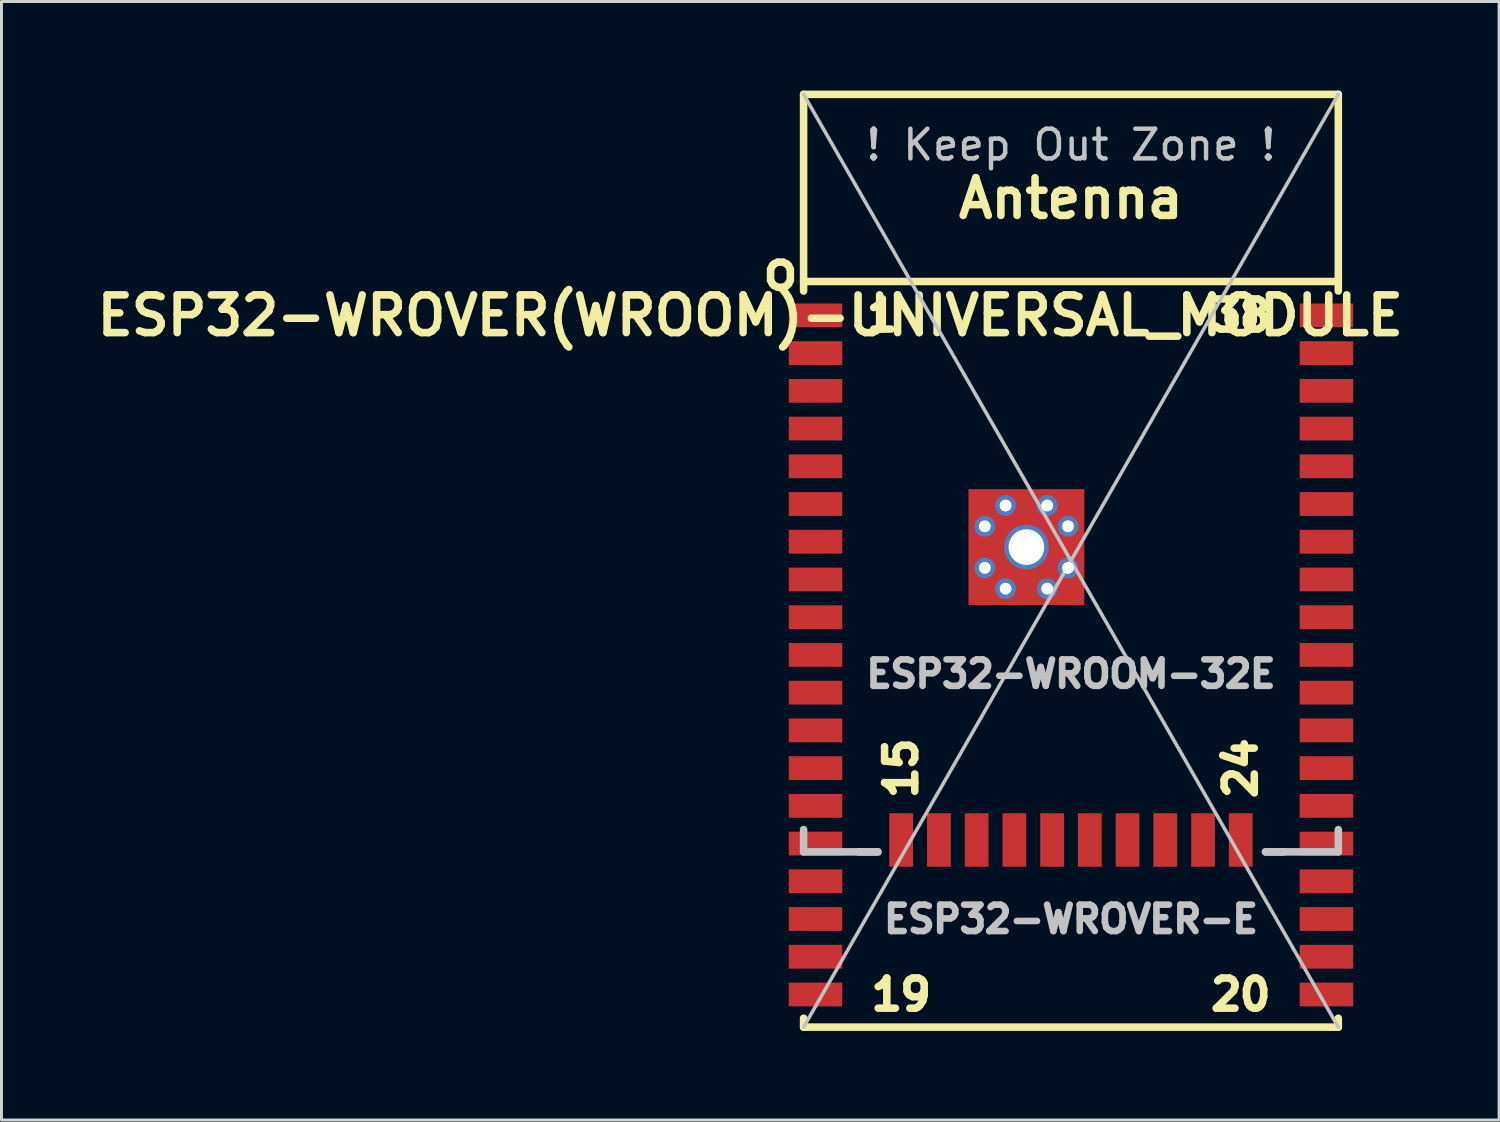
<source format=kicad_pcb>
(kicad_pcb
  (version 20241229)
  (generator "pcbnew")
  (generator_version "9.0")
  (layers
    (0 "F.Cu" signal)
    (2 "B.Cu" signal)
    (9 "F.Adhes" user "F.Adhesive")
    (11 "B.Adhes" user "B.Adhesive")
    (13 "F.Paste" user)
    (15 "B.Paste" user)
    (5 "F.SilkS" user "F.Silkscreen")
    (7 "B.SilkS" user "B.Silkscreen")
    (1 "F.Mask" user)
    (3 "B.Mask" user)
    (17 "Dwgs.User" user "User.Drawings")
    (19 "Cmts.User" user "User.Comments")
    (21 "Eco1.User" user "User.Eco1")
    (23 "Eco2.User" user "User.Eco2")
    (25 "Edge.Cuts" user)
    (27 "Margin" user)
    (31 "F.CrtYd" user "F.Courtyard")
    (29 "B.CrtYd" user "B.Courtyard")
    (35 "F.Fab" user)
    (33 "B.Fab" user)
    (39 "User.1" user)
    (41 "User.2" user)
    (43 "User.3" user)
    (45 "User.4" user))
  (footprint "ESP32-WROVER(WROOM)-UNIVERSAL_MODULE"
    (layer "F.Cu")
    (at 33.002 15.827)
    (property "Reference" "ESP32-WROVER(WROOM)-UNIVERSAL_MODULE" (at -10.795 -8.255 0) (layer "F.SilkS") (effects (font (size 1.27 1.27) (thickness 0.254))))
    (attr smd)
    (fp_line (start -9 -15.7) (end -9 -9.08) (stroke (width 0.254) (type solid)) (layer "F.SilkS"))
    (fp_line (start -9 -15.7) (end 9 -15.7) (stroke (width 0.254) (type solid)) (layer "F.SilkS"))
    (fp_line (start -9 -9.4) (end 9 -9.4) (stroke (width 0.254) (type solid)) (layer "F.SilkS"))
    (fp_line (start -9 15.7) (end -9 15.4) (stroke (width 0.254) (type solid)) (layer "F.SilkS"))
    (fp_line (start -9 15.7) (end 9 15.7) (stroke (width 0.254) (type solid)) (layer "F.SilkS"))
    (fp_line (start -7.15 9.8) (end -6.5 9.8) (stroke (width 0.254) (type solid)) (layer "F.SilkS"))
    (fp_line (start 7.15 9.8) (end 6.55 9.8) (stroke (width 0.254) (type solid)) (layer "F.SilkS"))
    (fp_line (start 9 -15.7) (end 9 -9.08) (stroke (width 0.254) (type solid)) (layer "F.SilkS"))
    (fp_line (start 9 15.7) (end 9 15.4) (stroke (width 0.254) (type solid)) (layer "F.SilkS"))
    (fp_line (start -9 -15.7) (end 9 15.7) (stroke (width 0.12) (type solid)) (layer "Dwgs.User"))
    (fp_line (start -9 9.8) (end -9 9.05) (stroke (width 0.254) (type solid)) (layer "Dwgs.User"))
    (fp_line (start -9 9.8) (end -6.5 9.8) (stroke (width 0.254) (type solid)) (layer "Dwgs.User"))
    (fp_line (start 9 -15.7) (end -9 15.7) (stroke (width 0.12) (type solid)) (layer "Dwgs.User"))
    (fp_line (start 9 9.8) (end 6.55 9.8) (stroke (width 0.254) (type solid)) (layer "Dwgs.User"))
    (fp_line (start 9 9.8) (end 9 9.05) (stroke (width 0.254) (type solid)) (layer "Dwgs.User"))
    (fp_text user "Antenna" (at 0 -12.2 0) (layer "F.SilkS") (effects (font (size 1.27 1.27) (thickness 0.254))))
    (fp_text user "19" (at -5.715 14.605 0) (layer "F.SilkS") (effects (font (size 1.016 1.016) (thickness 0.254))))
    (fp_text user "15" (at -5.715 6.985 90) (layer "F.SilkS") (effects (font (size 1.016 1.016) (thickness 0.254))))
    (fp_text user "24" (at 5.715 6.985 90) (layer "F.SilkS") (effects (font (size 1.016 1.016) (thickness 0.254))))
    (fp_text user "20" (at 5.715 14.605 0) (layer "F.SilkS") (effects (font (size 1.016 1.016) (thickness 0.254))))
    (fp_text user "1" (at -6.35 -8.255 0) (layer "F.SilkS") (effects (font (size 1.016 1.016) (thickness 0.254))))
    (fp_text user "38" (at 5.715 -8.255 0) (layer "F.SilkS") (effects (font (size 1.016 1.016) (thickness 0.254))))
    (fp_text user "o" (at -9.779 -9.779 0) (layer "F.SilkS") (effects (font (size 1.27 1.27) (thickness 0.254))))
    (fp_text user "ESP32-WROOM-32E" (at 0 3.81 0) (layer "Dwgs.User") (effects (font (size 0.889 0.889) (thickness 0.222))))
    (fp_text user "! Keep Out Zone !" (at 0 -14 0) (layer "Dwgs.User") (effects (font (size 1 1) (thickness 0.15))))
    (fp_text user "ESP32-WROVER-E" (at 0 12.065 0) (layer "Dwgs.User") (effects (font (size 0.889 0.889) (thickness 0.222))))
    (pad "" smd rect (at -8.6 -8.26) (size 1.902 0.902) (layers "F.Paste"))
    (pad "" smd rect (at -8.6 -6.99) (size 1.902 0.902) (layers "F.Paste"))
    (pad "" smd rect (at -8.6 -5.72) (size 1.902 0.902) (layers "F.Paste"))
    (pad "" smd rect (at -8.6 -4.45) (size 1.902 0.902) (layers "F.Paste"))
    (pad "" smd rect (at -8.6 -3.18) (size 1.902 0.902) (layers "F.Paste"))
    (pad "" smd rect (at -8.6 -1.91) (size 1.902 0.902) (layers "F.Paste"))
    (pad "" smd rect (at -8.6 -0.64) (size 1.902 0.902) (layers "F.Paste"))
    (pad "" smd rect (at -8.6 0.63) (size 1.902 0.902) (layers "F.Paste"))
    (pad "" smd rect (at -8.6 1.9) (size 1.902 0.902) (layers "F.Paste"))
    (pad "" smd rect (at -8.6 3.17) (size 1.902 0.902) (layers "F.Paste"))
    (pad "" smd rect (at -8.6 4.44) (size 1.902 0.902) (layers "F.Paste"))
    (pad "" smd rect (at -8.6 5.71) (size 1.902 0.902) (layers "F.Paste"))
    (pad "" smd rect (at -8.6 6.98) (size 1.902 0.902) (layers "F.Paste"))
    (pad "" smd rect (at -8.6 8.25) (size 1.902 0.902) (layers "F.Paste"))
    (pad "" smd rect (at -8.6 9.52) (size 1.902 0.902) (layers "F.Paste"))
    (pad "" smd rect (at -8.6 10.79) (size 1.902 0.902) (layers "F.Paste"))
    (pad "" smd rect (at -8.6 12.06) (size 1.902 0.902) (layers "F.Paste"))
    (pad "" smd rect (at -8.6 13.33) (size 1.902 0.902) (layers "F.Paste"))
    (pad "" smd rect (at -8.6 14.6) (size 1.902 0.902) (layers "F.Paste"))
    (pad "" smd rect (at -5.715 9.4 90) (size 1.902 0.902) (layers "F.Paste"))
    (pad "" smd rect (at -4.445 9.4 90) (size 1.902 0.902) (layers "F.Paste"))
    (pad "" smd rect (at -3.175 9.4 90) (size 1.902 0.902) (layers "F.Paste"))
    (pad "" smd rect (at -2.9 -1.86) (size 0.9 0.9) (layers "F.Paste"))
    (pad "" smd rect (at -2.9 -0.46) (size 0.9 0.9) (layers "F.Paste"))
    (pad "" smd rect (at -2.9 0.94) (size 0.9 0.9) (layers "F.Paste"))
    (pad "" smd rect (at -1.905 9.4 90) (size 1.902 0.902) (layers "F.Paste"))
    (pad "" smd rect (at -1.5 -1.86) (size 0.9 0.9) (layers "F.Paste"))
    (pad "" smd rect (at -1.5 0.94) (size 0.9 0.9) (layers "F.Paste"))
    (pad "" smd rect (at -0.635 9.4 90) (size 1.902 0.902) (layers "F.Paste"))
    (pad "" smd rect (at -0.1 -1.86) (size 0.9 0.9) (layers "F.Paste"))
    (pad "" smd rect (at -0.1 -0.46) (size 0.9 0.9) (layers "F.Paste"))
    (pad "" smd rect (at -0.1 0.94) (size 0.9 0.9) (layers "F.Paste"))
    (pad "" smd rect (at 0.635 9.4 90) (size 1.902 0.902) (layers "F.Paste"))
    (pad "" smd rect (at 1.905 9.4 90) (size 1.902 0.902) (layers "F.Paste"))
    (pad "" smd rect (at 3.175 9.4 90) (size 1.902 0.902) (layers "F.Paste"))
    (pad "" smd rect (at 4.445 9.4 90) (size 1.902 0.902) (layers "F.Paste"))
    (pad "" smd rect (at 5.715 9.4 90) (size 1.902 0.902) (layers "F.Paste"))
    (pad "" smd rect (at 8.6 -8.26) (size 1.902 0.902) (layers "F.Paste"))
    (pad "" smd rect (at 8.6 -6.99) (size 1.902 0.902) (layers "F.Paste"))
    (pad "" smd rect (at 8.6 -5.72) (size 1.902 0.902) (layers "F.Paste"))
    (pad "" smd rect (at 8.6 -4.45) (size 1.902 0.902) (layers "F.Paste"))
    (pad "" smd rect (at 8.6 -3.18) (size 1.902 0.902) (layers "F.Paste"))
    (pad "" smd rect (at 8.6 -1.91) (size 1.902 0.902) (layers "F.Paste"))
    (pad "" smd rect (at 8.6 -0.64) (size 1.902 0.902) (layers "F.Paste"))
    (pad "" smd rect (at 8.6 0.63) (size 1.902 0.902) (layers "F.Paste"))
    (pad "" smd rect (at 8.6 1.9) (size 1.902 0.902) (layers "F.Paste"))
    (pad "" smd rect (at 8.6 3.17) (size 1.902 0.902) (layers "F.Paste"))
    (pad "" smd rect (at 8.6 4.44) (size 1.902 0.902) (layers "F.Paste"))
    (pad "" smd rect (at 8.6 5.71) (size 1.902 0.902) (layers "F.Paste"))
    (pad "" smd rect (at 8.6 6.98) (size 1.902 0.902) (layers "F.Paste"))
    (pad "" smd rect (at 8.6 8.25) (size 1.902 0.902) (layers "F.Paste"))
    (pad "" smd rect (at 8.6 9.52) (size 1.902 0.902) (layers "F.Paste"))
    (pad "" smd rect (at 8.6 10.79) (size 1.902 0.902) (layers "F.Paste"))
    (pad "" smd rect (at 8.6 12.06) (size 1.902 0.902) (layers "F.Paste"))
    (pad "" smd rect (at 8.6 13.33) (size 1.902 0.902) (layers "F.Paste"))
    (pad "" smd rect (at 8.6 14.6) (size 1.902 0.902) (layers "F.Paste"))
    (pad "1" smd rect (at -8.6 -8.26) (size 1.8 0.8) (layers "F.Cu" "F.Mask"))
    (pad "2" smd rect (at -8.6 -6.99) (size 1.8 0.8) (layers "F.Cu" "F.Mask"))
    (pad "3" smd rect (at -8.6 -5.72) (size 1.8 0.8) (layers "F.Cu" "F.Mask"))
    (pad "4" smd rect (at -8.6 -4.45) (size 1.8 0.8) (layers "F.Cu" "F.Mask"))
    (pad "5" smd rect (at -8.6 -3.18) (size 1.8 0.8) (layers "F.Cu" "F.Mask"))
    (pad "6" smd rect (at -8.6 -1.91) (size 1.8 0.8) (layers "F.Cu" "F.Mask"))
    (pad "7" smd rect (at -8.6 -0.64) (size 1.8 0.8) (layers "F.Cu" "F.Mask"))
    (pad "8" smd rect (at -8.6 0.63) (size 1.8 0.8) (layers "F.Cu" "F.Mask"))
    (pad "9" smd rect (at -8.6 1.9) (size 1.8 0.8) (layers "F.Cu" "F.Mask"))
    (pad "10" smd rect (at -8.6 3.17) (size 1.8 0.8) (layers "F.Cu" "F.Mask"))
    (pad "11" smd rect (at -8.6 4.44) (size 1.8 0.8) (layers "F.Cu" "F.Mask"))
    (pad "12" smd rect (at -8.6 5.71) (size 1.8 0.8) (layers "F.Cu" "F.Mask"))
    (pad "13" smd rect (at -8.6 6.98) (size 1.8 0.8) (layers "F.Cu" "F.Mask"))
    (pad "14" smd rect (at -8.6 8.25) (size 1.8 0.8) (layers "F.Cu" "F.Mask"))
    (pad "15" smd rect (at -8.6 9.52) (size 1.8 0.8) (layers "F.Cu" "F.Mask"))
    (pad "15" smd rect (at -5.715 9.4) (size 0.8 1.8) (layers "F.Cu" "F.Mask"))
    (pad "16" smd rect (at -8.6 10.79) (size 1.8 0.8) (layers "F.Cu" "F.Mask"))
    (pad "16" smd rect (at -4.445 9.4) (size 0.8 1.8) (layers "F.Cu" "F.Mask"))
    (pad "17" smd rect (at -8.6 12.06) (size 1.8 0.8) (layers "F.Cu" "F.Mask"))
    (pad "17" smd rect (at -3.175 9.4) (size 0.8 1.8) (layers "F.Cu" "F.Mask"))
    (pad "18" smd rect (at -8.6 13.33) (size 1.8 0.8) (layers "F.Cu" "F.Mask"))
    (pad "18" smd rect (at -1.905 9.4) (size 0.8 1.8) (layers "F.Cu" "F.Mask"))
    (pad "19" smd rect (at -8.6 14.6) (size 1.8 0.8) (layers "F.Cu" "F.Mask"))
    (pad "19" smd rect (at -0.635 9.4) (size 0.8 1.8) (layers "F.Cu" "F.Mask"))
    (pad "20" smd rect (at 0.635 9.4) (size 0.8 1.8) (layers "F.Cu" "F.Mask"))
    (pad "20" smd rect (at 8.6 14.6) (size 1.8 0.8) (layers "F.Cu" "F.Mask"))
    (pad "21" smd rect (at 1.905 9.4) (size 0.8 1.8) (layers "F.Cu" "F.Mask"))
    (pad "21" smd rect (at 8.6 13.33) (size 1.8 0.8) (layers "F.Cu" "F.Mask"))
    (pad "22" smd rect (at 3.175 9.4) (size 0.8 1.8) (layers "F.Cu" "F.Mask"))
    (pad "22" smd rect (at 8.6 12.06) (size 1.8 0.8) (layers "F.Cu" "F.Mask"))
    (pad "23" smd rect (at 4.445 9.4) (size 0.8 1.8) (layers "F.Cu" "F.Mask"))
    (pad "23" smd rect (at 8.6 10.79) (size 1.8 0.8) (layers "F.Cu" "F.Mask"))
    (pad "24" smd rect (at 5.715 9.4) (size 0.8 1.8) (layers "F.Cu" "F.Mask"))
    (pad "24" smd rect (at 8.6 9.52) (size 1.8 0.8) (layers "F.Cu" "F.Mask"))
    (pad "25" smd rect (at 8.6 8.25) (size 1.8 0.8) (layers "F.Cu" "F.Mask"))
    (pad "26" smd rect (at 8.6 6.98) (size 1.8 0.8) (layers "F.Cu" "F.Mask"))
    (pad "27" smd rect (at 8.6 5.71) (size 1.8 0.8) (layers "F.Cu" "F.Mask"))
    (pad "28" smd rect (at 8.6 4.44) (size 1.8 0.8) (layers "F.Cu" "F.Mask"))
    (pad "29" smd rect (at 8.6 3.17) (size 1.8 0.8) (layers "F.Cu" "F.Mask"))
    (pad "30" smd rect (at 8.6 1.9) (size 1.8 0.8) (layers "F.Cu" "F.Mask"))
    (pad "31" smd rect (at 8.6 0.63) (size 1.8 0.8) (layers "F.Cu" "F.Mask"))
    (pad "32" smd rect (at 8.6 -0.64) (size 1.8 0.8) (layers "F.Cu" "F.Mask"))
    (pad "33" smd rect (at 8.6 -1.91) (size 1.8 0.8) (layers "F.Cu" "F.Mask"))
    (pad "34" smd rect (at 8.6 -3.18) (size 1.8 0.8) (layers "F.Cu" "F.Mask"))
    (pad "35" smd rect (at 8.6 -4.45) (size 1.8 0.8) (layers "F.Cu" "F.Mask"))
    (pad "36" smd rect (at 8.6 -5.72) (size 1.8 0.8) (layers "F.Cu" "F.Mask"))
    (pad "37" smd rect (at 8.6 -6.99) (size 1.8 0.8) (layers "F.Cu" "F.Mask"))
    (pad "38" smd rect (at 8.6 -8.26) (size 1.8 0.8) (layers "F.Cu" "F.Mask"))
    (pad "39" thru_hole circle (at -2.9 -1.16) (size 0.7 0.7) (drill 0.4) (layers "*.Cu"))
    (pad "39" thru_hole circle (at -2.9 0.24) (size 0.7 0.7) (drill 0.4) (layers "*.Cu"))
    (pad "39" thru_hole circle (at -2.2 -1.86) (size 0.7 0.7) (drill 0.4) (layers "*.Cu"))
    (pad "39" thru_hole circle (at -2.2 0.94) (size 0.7 0.7) (drill 0.4) (layers "*.Cu"))
    (pad "39" thru_hole circle (at -1.5 -0.46) (size 1.5 1.5) (drill 1.2) (layers "*.Cu" "*.Mask"))
    (pad "39" smd rect (at -1.5 -0.46) (size 3.9 3.9) (layers "F.Cu" "F.Mask"))
    (pad "39" thru_hole circle (at -0.8 -1.86) (size 0.7 0.7) (drill 0.4) (layers "*.Cu"))
    (pad "39" thru_hole circle (at -0.8 0.94) (size 0.7 0.7) (drill 0.4) (layers "*.Cu"))
    (pad "39" thru_hole circle (at -0.1 -1.16) (size 0.7 0.7) (drill 0.4) (layers "*.Cu"))
    (pad "39" thru_hole circle (at -0.1 0.24) (size 0.7 0.7) (drill 0.4) (layers "*.Cu")))
  (gr_rect
    (start -3 -3)
    (end 47.414 34.654)
    (stroke (width 0.1) (type default))
    (fill no)
    (layer "Edge.Cuts")))
</source>
